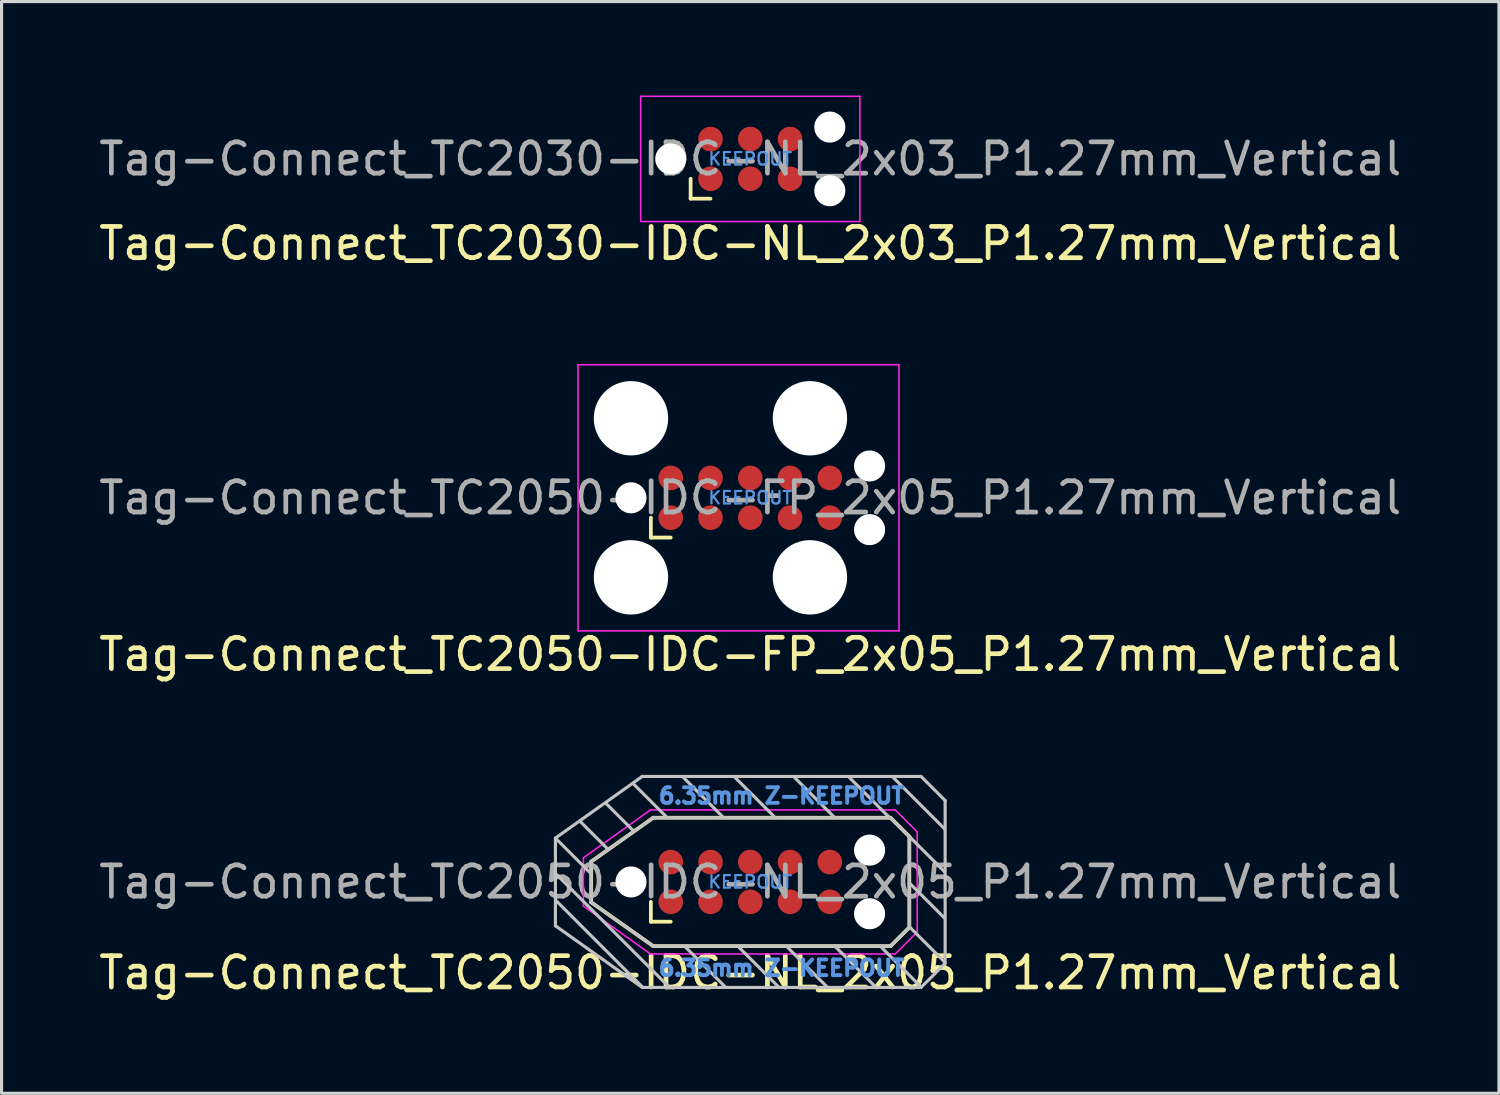
<source format=kicad_pcb>
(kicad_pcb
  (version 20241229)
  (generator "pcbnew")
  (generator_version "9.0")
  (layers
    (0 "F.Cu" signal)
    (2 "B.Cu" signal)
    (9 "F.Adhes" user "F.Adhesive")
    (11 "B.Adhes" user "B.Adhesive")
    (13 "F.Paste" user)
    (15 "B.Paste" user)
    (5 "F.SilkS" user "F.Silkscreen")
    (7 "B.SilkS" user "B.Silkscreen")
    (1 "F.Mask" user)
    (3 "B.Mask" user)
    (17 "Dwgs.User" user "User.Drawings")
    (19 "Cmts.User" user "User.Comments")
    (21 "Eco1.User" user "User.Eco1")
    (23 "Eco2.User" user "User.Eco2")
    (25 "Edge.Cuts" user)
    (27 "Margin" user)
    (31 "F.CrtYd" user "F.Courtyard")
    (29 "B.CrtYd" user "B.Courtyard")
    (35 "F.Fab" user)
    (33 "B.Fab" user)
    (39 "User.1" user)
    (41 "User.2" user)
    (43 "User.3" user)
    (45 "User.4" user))
  (footprint "Tag-Connect_TC2050-IDC-FP_2x05_P1.27mm_Vertical"
    (layer "F.Cu")
    (at 20.911 12.848)
    (property "Reference" "Tag-Connect_TC2050-IDC-FP_2x05_P1.27mm_Vertical" (at 0 5 0) (layer "F.SilkS") (effects (font (size 1 1) (thickness 0.15))))
    (attr exclude_from_pos_files exclude_from_bom)
    (fp_line (start -3.175 1.27) (end -3.175 0.635) (stroke (width 0.12) (type solid)) (layer "F.SilkS"))
    (fp_line (start -2.54 1.27) (end -3.175 1.27) (stroke (width 0.12) (type solid)) (layer "F.SilkS"))
    (fp_line (start -5.5 -4.25) (end 4.75 -4.25) (stroke (width 0.05) (type solid)) (layer "F.CrtYd"))
    (fp_line (start -5.5 4.25) (end -5.5 -4.25) (stroke (width 0.05) (type solid)) (layer "F.CrtYd"))
    (fp_line (start 4.75 -4.25) (end 4.75 4.25) (stroke (width 0.05) (type solid)) (layer "F.CrtYd"))
    (fp_line (start 4.75 4.25) (end -5.5 4.25) (stroke (width 0.05) (type solid)) (layer "F.CrtYd"))
    (fp_text user "KEEPOUT" (at 0 0 0) (layer "Cmts.User") (effects (font (size 0.4 0.4) (thickness 0.07))))
    (fp_text user "${REFERENCE}" (at 0 0 0) (layer "F.Fab") (effects (font (size 1 1) (thickness 0.15))))
    (pad "" np_thru_hole circle (at -3.81 -2.54) (size 2.375 2.375) (drill 2.375) (layers "*.Cu" "*.Mask"))
    (pad "" np_thru_hole circle (at -3.81 0) (size 0.991 0.991) (drill 0.991) (layers "*.Cu" "*.Mask"))
    (pad "" np_thru_hole circle (at -3.81 2.54) (size 2.375 2.375) (drill 2.375) (layers "*.Cu" "*.Mask"))
    (pad "" np_thru_hole circle (at 1.905 -2.54) (size 2.375 2.375) (drill 2.375) (layers "*.Cu" "*.Mask"))
    (pad "" np_thru_hole circle (at 1.905 2.54) (size 2.375 2.375) (drill 2.375) (layers "*.Cu" "*.Mask"))
    (pad "" np_thru_hole circle (at 3.81 -1.016) (size 0.991 0.991) (drill 0.991) (layers "*.Cu" "*.Mask"))
    (pad "" np_thru_hole circle (at 3.81 1.016) (size 0.991 0.991) (drill 0.991) (layers "*.Cu" "*.Mask"))
    (pad "1" connect circle (at -2.54 0.635) (size 0.787 0.787) (layers "F.Cu" "F.Mask"))
    (pad "2" connect circle (at -1.27 0.635) (size 0.787 0.787) (layers "F.Cu" "F.Mask"))
    (pad "3" connect circle (at 0 0.635) (size 0.787 0.787) (layers "F.Cu" "F.Mask"))
    (pad "4" connect circle (at 1.27 0.635) (size 0.787 0.787) (layers "F.Cu" "F.Mask"))
    (pad "5" connect circle (at 2.54 0.635) (size 0.787 0.787) (layers "F.Cu" "F.Mask"))
    (pad "6" connect circle (at 2.54 -0.635) (size 0.787 0.787) (layers "F.Cu" "F.Mask"))
    (pad "7" connect circle (at 1.27 -0.635) (size 0.787 0.787) (layers "F.Cu" "F.Mask"))
    (pad "8" connect circle (at 0 -0.635) (size 0.787 0.787) (layers "F.Cu" "F.Mask"))
    (pad "9" connect circle (at -1.27 -0.635) (size 0.787 0.787) (layers "F.Cu" "F.Mask"))
    (pad "10" connect circle (at -2.54 -0.635) (size 0.787 0.787) (layers "F.Cu" "F.Mask"))
    (zone (net_name "") (layer "F.Cu") (hatch full 0.508) (connect_pads) (min_thickness 0.254) (filled_areas_thickness no) (keepout (tracks allowed) (vias not_allowed) (pads allowed) (copperpour not_allowed) (footprints not_allowed)) (placement (enabled no)) (fill) (polygon (pts (xy 18.371 13.483) (xy 23.451 13.483) (xy 23.451 12.213) (xy 18.371 12.213)))))
  (footprint "Tag-Connect_TC2030-IDC-NL_2x03_P1.27mm_Vertical"
    (layer "F.Cu")
    (at 20.911 2.025)
    (property "Reference" "Tag-Connect_TC2030-IDC-NL_2x03_P1.27mm_Vertical" (at 0 2.7 0) (layer "F.SilkS") (effects (font (size 1 1) (thickness 0.15))))
    (attr exclude_from_pos_files exclude_from_bom)
    (fp_line (start -1.905 1.27) (end -1.905 0.635) (stroke (width 0.12) (type solid)) (layer "F.SilkS"))
    (fp_line (start -1.27 1.27) (end -1.905 1.27) (stroke (width 0.12) (type solid)) (layer "F.SilkS"))
    (fp_line (start -3.5 -2) (end 3.5 -2) (stroke (width 0.05) (type solid)) (layer "F.CrtYd"))
    (fp_line (start -3.5 2) (end -3.5 -2) (stroke (width 0.05) (type solid)) (layer "F.CrtYd"))
    (fp_line (start 3.5 -2) (end 3.5 2) (stroke (width 0.05) (type solid)) (layer "F.CrtYd"))
    (fp_line (start 3.5 2) (end -3.5 2) (stroke (width 0.05) (type solid)) (layer "F.CrtYd"))
    (fp_text user "KEEPOUT" (at 0 0 0) (layer "Cmts.User") (effects (font (size 0.4 0.4) (thickness 0.07))))
    (fp_text user "${REFERENCE}" (at 0 0 0) (layer "F.Fab") (effects (font (size 1 1) (thickness 0.15))))
    (pad "" np_thru_hole circle (at -2.54 0) (size 0.991 0.991) (drill 0.991) (layers "*.Cu" "*.Mask"))
    (pad "" np_thru_hole circle (at 2.54 -1.016) (size 0.991 0.991) (drill 0.991) (layers "*.Cu" "*.Mask"))
    (pad "" np_thru_hole circle (at 2.54 1.016) (size 0.991 0.991) (drill 0.991) (layers "*.Cu" "*.Mask"))
    (pad "1" connect circle (at -1.27 0.635) (size 0.787 0.787) (layers "F.Cu" "F.Mask"))
    (pad "2" connect circle (at -1.27 -0.635) (size 0.787 0.787) (layers "F.Cu" "F.Mask"))
    (pad "3" connect circle (at 0 0.635) (size 0.787 0.787) (layers "F.Cu" "F.Mask"))
    (pad "4" connect circle (at 0 -0.635) (size 0.787 0.787) (layers "F.Cu" "F.Mask"))
    (pad "5" connect circle (at 1.27 0.635) (size 0.787 0.787) (layers "F.Cu" "F.Mask"))
    (pad "6" connect circle (at 1.27 -0.635) (size 0.787 0.787) (layers "F.Cu" "F.Mask"))
    (zone (net_name "") (layer "F.Cu") (hatch full 0.508) (connect_pads) (min_thickness 0.254) (filled_areas_thickness no) (keepout (tracks allowed) (vias not_allowed) (pads allowed) (copperpour not_allowed) (footprints not_allowed)) (placement (enabled no)) (fill) (polygon (pts (xy 22.181 1.39) (xy 19.641 1.39) (xy 19.641 2.66) (xy 22.181 2.66)))))
  (footprint "Tag-Connect_TC2050-IDC-NL_2x05_P1.27mm_Vertical"
    (layer "F.Cu")
    (at 20.911 25.116)
    (property "Reference" "Tag-Connect_TC2050-IDC-NL_2x05_P1.27mm_Vertical" (at 0 2.9 0) (layer "F.SilkS") (effects (font (size 1 1) (thickness 0.15))))
    (attr exclude_from_pos_files exclude_from_bom)
    (fp_line (start -5.08 -0.65) (end -3.1 -2.05) (stroke (width 0.12) (type solid)) (layer "F.SilkS"))
    (fp_line (start -5.08 0.65) (end -5.08 -0.65) (stroke (width 0.12) (type solid)) (layer "F.SilkS"))
    (fp_line (start -3.175 1.27) (end -3.175 0.635) (stroke (width 0.12) (type solid)) (layer "F.SilkS"))
    (fp_line (start -3.1 -2.05) (end 4.48 -2.05) (stroke (width 0.12) (type solid)) (layer "F.SilkS"))
    (fp_line (start -3.1 2.05) (end -5.08 0.65) (stroke (width 0.12) (type solid)) (layer "F.SilkS"))
    (fp_line (start -2.54 1.27) (end -3.175 1.27) (stroke (width 0.12) (type solid)) (layer "F.SilkS"))
    (fp_line (start 4.48 -2.05) (end 5.08 -1.45) (stroke (width 0.12) (type solid)) (layer "F.SilkS"))
    (fp_line (start 4.48 2.05) (end -3.1 2.05) (stroke (width 0.12) (type solid)) (layer "F.SilkS"))
    (fp_line (start 4.48 2.05) (end 5.08 1.45) (stroke (width 0.12) (type solid)) (layer "F.SilkS"))
    (fp_line (start 5.08 -1.45) (end 5.08 1.45) (stroke (width 0.12) (type solid)) (layer "F.SilkS"))
    (fp_line (start -6.223 -1.4) (end -5.1 -0.277) (stroke (width 0.1) (type solid)) (layer "Dwgs.User"))
    (fp_line (start -6.223 -1.4) (end -3.45 -3.37) (stroke (width 0.1) (type solid)) (layer "Dwgs.User"))
    (fp_line (start -6.223 1.4) (end -6.223 -1.4) (stroke (width 0.1) (type solid)) (layer "Dwgs.User"))
    (fp_line (start -6.223 1.4) (end -3.45 3.37) (stroke (width 0.1) (type solid)) (layer "Dwgs.User"))
    (fp_line (start -6.2 -0.25) (end -2.6 3.35) (stroke (width 0.1) (type solid)) (layer "Dwgs.User"))
    (fp_line (start -6.2 0.6) (end -3.45 3.35) (stroke (width 0.1) (type solid)) (layer "Dwgs.User"))
    (fp_line (start -5.4 -1.9) (end -4.55 -1.05) (stroke (width 0.1) (type solid)) (layer "Dwgs.User"))
    (fp_line (start -5.08 -0.65) (end -3.1 -2.05) (stroke (width 0.1) (type solid)) (layer "Dwgs.User"))
    (fp_line (start -5.08 0.65) (end -5.08 -0.65) (stroke (width 0.1) (type solid)) (layer "Dwgs.User"))
    (fp_line (start -4.6 -2.5) (end -3.75 -1.65) (stroke (width 0.1) (type solid)) (layer "Dwgs.User"))
    (fp_line (start -3.75 -3.15) (end -2.65 -2.05) (stroke (width 0.1) (type solid)) (layer "Dwgs.User"))
    (fp_line (start -3.45 -3.37) (end 5.453 -3.37) (stroke (width 0.1) (type solid)) (layer "Dwgs.User"))
    (fp_line (start -3.1 -2.05) (end 4.48 -2.05) (stroke (width 0.1) (type solid)) (layer "Dwgs.User"))
    (fp_line (start -3.1 2.05) (end -5.08 0.65) (stroke (width 0.1) (type solid)) (layer "Dwgs.User"))
    (fp_line (start -2.15 -3.35) (end -0.85 -2.05) (stroke (width 0.1) (type solid)) (layer "Dwgs.User"))
    (fp_line (start -2.1 2.05) (end -0.8 3.35) (stroke (width 0.1) (type solid)) (layer "Dwgs.User"))
    (fp_line (start -0.5 -3.35) (end 0.8 -2.05) (stroke (width 0.1) (type solid)) (layer "Dwgs.User"))
    (fp_line (start -0.35 2.1) (end 0.9 3.35) (stroke (width 0.1) (type solid)) (layer "Dwgs.User"))
    (fp_line (start 1.15 2.05) (end 2.45 3.35) (stroke (width 0.1) (type solid)) (layer "Dwgs.User"))
    (fp_line (start 1.4 -3.35) (end 2.7 -2.05) (stroke (width 0.1) (type solid)) (layer "Dwgs.User"))
    (fp_line (start 2.7 2.05) (end 4 3.35) (stroke (width 0.1) (type solid)) (layer "Dwgs.User"))
    (fp_line (start 3.15 -3.35) (end 4.4 -2.1) (stroke (width 0.1) (type solid)) (layer "Dwgs.User"))
    (fp_line (start 4.2 2.1) (end 5.45 3.35) (stroke (width 0.1) (type solid)) (layer "Dwgs.User"))
    (fp_line (start 4.4 -2.1) (end 4.45 -2.05) (stroke (width 0.1) (type solid)) (layer "Dwgs.User"))
    (fp_line (start 4.48 -2.05) (end 5.08 -1.45) (stroke (width 0.1) (type solid)) (layer "Dwgs.User"))
    (fp_line (start 4.48 2.05) (end -3.1 2.05) (stroke (width 0.1) (type solid)) (layer "Dwgs.User"))
    (fp_line (start 4.48 2.05) (end 5.08 1.45) (stroke (width 0.1) (type solid)) (layer "Dwgs.User"))
    (fp_line (start 4.55 -3.35) (end 6.2 -1.7) (stroke (width 0.1) (type solid)) (layer "Dwgs.User"))
    (fp_line (start 5.08 -1.45) (end 5.08 1.45) (stroke (width 0.1) (type solid)) (layer "Dwgs.User"))
    (fp_line (start 5.08 -1.45) (end 6.2 -0.33) (stroke (width 0.1) (type solid)) (layer "Dwgs.User"))
    (fp_line (start 5.1 0.05) (end 6.2 1.15) (stroke (width 0.1) (type solid)) (layer "Dwgs.User"))
    (fp_line (start 5.1 1.45) (end 6.2 2.55) (stroke (width 0.1) (type solid)) (layer "Dwgs.User"))
    (fp_line (start 5.453 -3.37) (end 6.223 -2.6) (stroke (width 0.1) (type solid)) (layer "Dwgs.User"))
    (fp_line (start 5.453 3.37) (end -3.45 3.37) (stroke (width 0.1) (type solid)) (layer "Dwgs.User"))
    (fp_line (start 5.453 3.37) (end 6.223 2.6) (stroke (width 0.1) (type solid)) (layer "Dwgs.User"))
    (fp_line (start 6.223 -2.6) (end 6.223 2.6) (stroke (width 0.1) (type solid)) (layer "Dwgs.User"))
    (fp_line (start -5.33 -0.77) (end -3.19 -2.3) (stroke (width 0.05) (type solid)) (layer "F.CrtYd"))
    (fp_line (start -5.33 0.77) (end -5.33 -0.77) (stroke (width 0.05) (type solid)) (layer "F.CrtYd"))
    (fp_line (start -3.19 -2.3) (end 4.63 -2.3) (stroke (width 0.05) (type solid)) (layer "F.CrtYd"))
    (fp_line (start -3.19 2.3) (end -5.33 0.77) (stroke (width 0.05) (type solid)) (layer "F.CrtYd"))
    (fp_line (start 4.63 -2.3) (end 5.33 -1.6) (stroke (width 0.05) (type solid)) (layer "F.CrtYd"))
    (fp_line (start 4.63 2.3) (end -3.19 2.3) (stroke (width 0.05) (type solid)) (layer "F.CrtYd"))
    (fp_line (start 4.63 2.3) (end 5.33 1.6) (stroke (width 0.05) (type solid)) (layer "F.CrtYd"))
    (fp_line (start 5.33 -1.6) (end 5.33 1.6) (stroke (width 0.05) (type solid)) (layer "F.CrtYd"))
    (fp_text user "6.35mm Z-KEEPOUT" (at 1 -2.75 0) (layer "Cmts.User") (effects (font (size 0.5 0.5) (thickness 0.125))))
    (fp_text user "6.35mm Z-KEEPOUT" (at 1 2.75 0) (layer "Cmts.User") (effects (font (size 0.5 0.5) (thickness 0.125))))
    (fp_text user "KEEPOUT" (at 0 0 0) (layer "Cmts.User") (effects (font (size 0.4 0.4) (thickness 0.07))))
    (fp_text user "${REFERENCE}" (at 0 0 0) (layer "F.Fab") (effects (font (size 1 1) (thickness 0.15))))
    (pad "" np_thru_hole circle (at -3.81 0) (size 0.991 0.991) (drill 0.991) (layers "*.Cu" "*.Mask"))
    (pad "" np_thru_hole circle (at 3.81 -1.016) (size 0.991 0.991) (drill 0.991) (layers "*.Cu" "*.Mask"))
    (pad "" np_thru_hole circle (at 3.81 1.016) (size 0.991 0.991) (drill 0.991) (layers "*.Cu" "*.Mask"))
    (pad "1" connect circle (at -2.54 0.635) (size 0.787 0.787) (layers "F.Cu" "F.Mask"))
    (pad "2" connect circle (at -1.27 0.635) (size 0.787 0.787) (layers "F.Cu" "F.Mask"))
    (pad "3" connect circle (at 0 0.635) (size 0.787 0.787) (layers "F.Cu" "F.Mask"))
    (pad "4" connect circle (at 1.27 0.635) (size 0.787 0.787) (layers "F.Cu" "F.Mask"))
    (pad "5" connect circle (at 2.54 0.635) (size 0.787 0.787) (layers "F.Cu" "F.Mask"))
    (pad "6" connect circle (at 2.54 -0.635) (size 0.787 0.787) (layers "F.Cu" "F.Mask"))
    (pad "7" connect circle (at 1.27 -0.635) (size 0.787 0.787) (layers "F.Cu" "F.Mask"))
    (pad "8" connect circle (at 0 -0.635) (size 0.787 0.787) (layers "F.Cu" "F.Mask"))
    (pad "9" connect circle (at -1.27 -0.635) (size 0.787 0.787) (layers "F.Cu" "F.Mask"))
    (pad "10" connect circle (at -2.54 -0.635) (size 0.787 0.787) (layers "F.Cu" "F.Mask"))
    (zone (net_name "") (layer "F.Cu") (hatch full 0.508) (connect_pads) (min_thickness 0.254) (filled_areas_thickness no) (keepout (tracks allowed) (vias not_allowed) (pads allowed) (copperpour not_allowed) (footprints not_allowed)) (placement (enabled no)) (fill) (polygon (pts (xy 18.371 25.752) (xy 23.451 25.752) (xy 23.451 24.482) (xy 18.371 24.482)))))
  (gr_rect
    (start -3 -3)
    (end 44.821 31.865)
    (stroke (width 0.1) (type default))
    (fill no)
    (layer "Edge.Cuts")))
</source>
